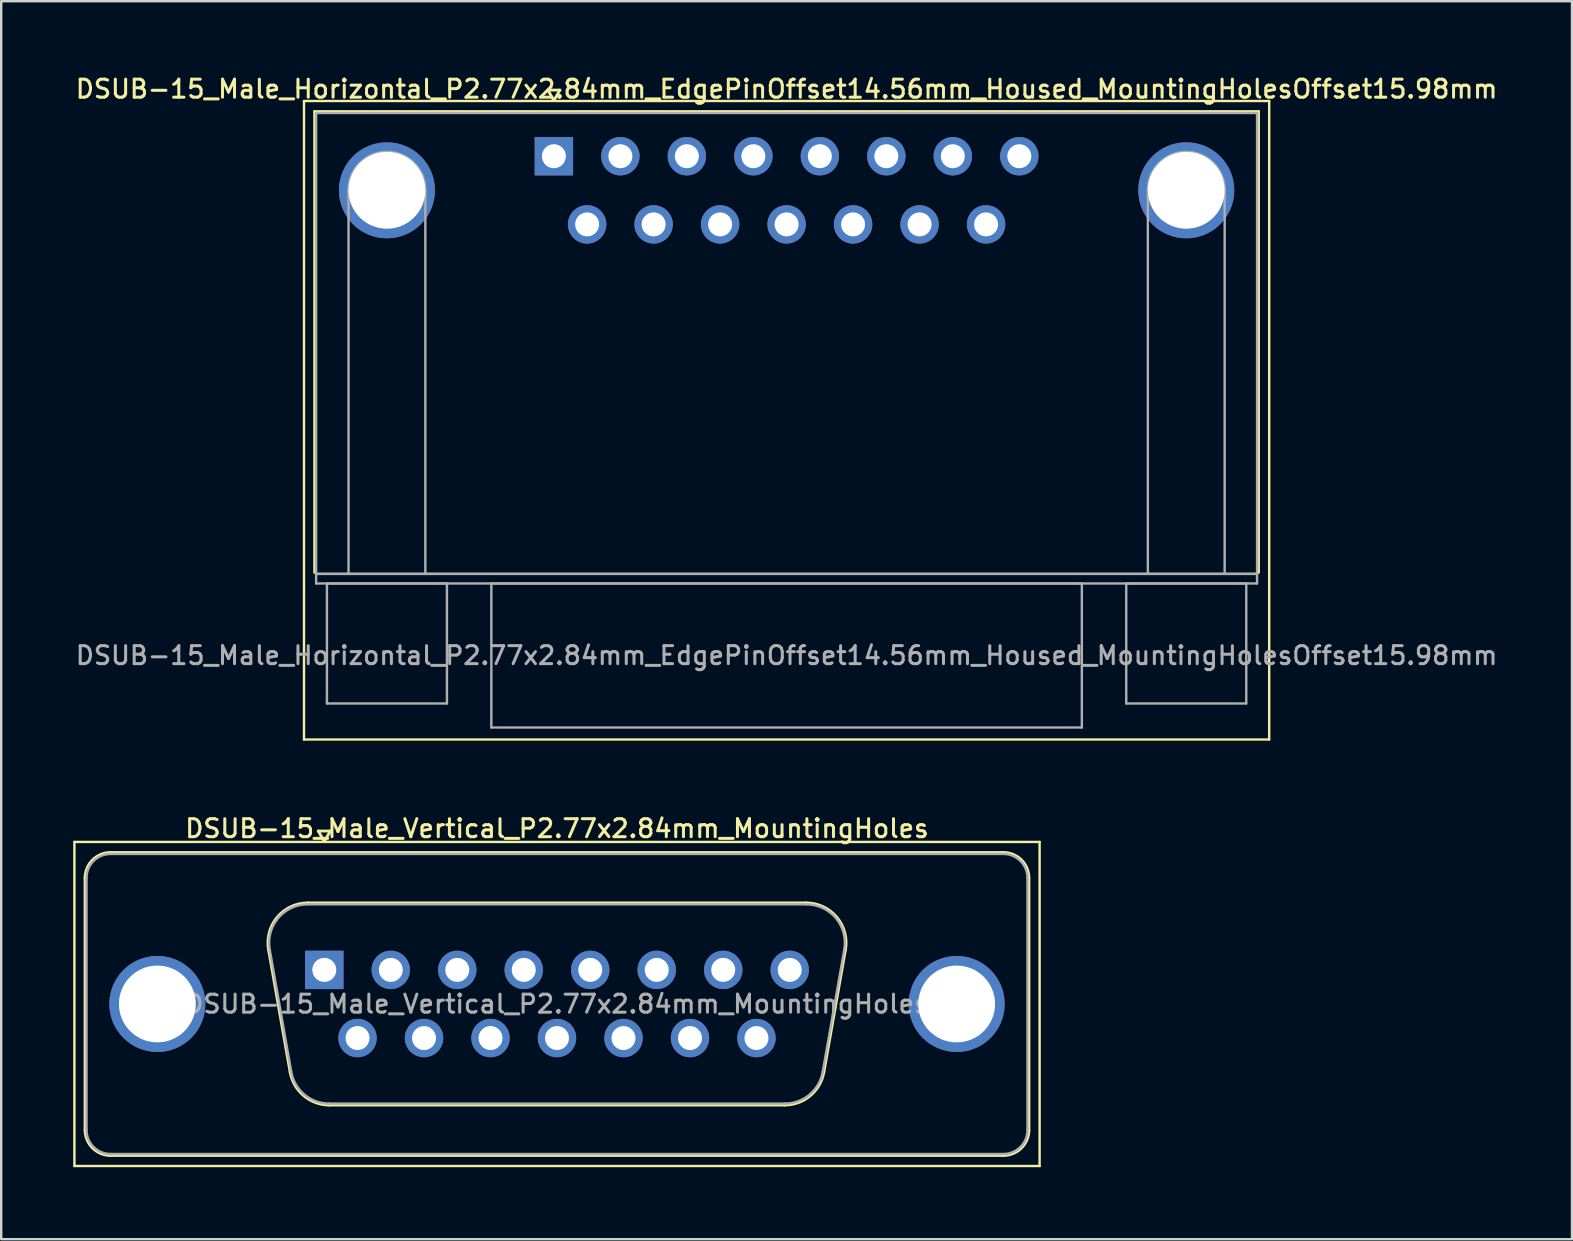
<source format=kicad_pcb>
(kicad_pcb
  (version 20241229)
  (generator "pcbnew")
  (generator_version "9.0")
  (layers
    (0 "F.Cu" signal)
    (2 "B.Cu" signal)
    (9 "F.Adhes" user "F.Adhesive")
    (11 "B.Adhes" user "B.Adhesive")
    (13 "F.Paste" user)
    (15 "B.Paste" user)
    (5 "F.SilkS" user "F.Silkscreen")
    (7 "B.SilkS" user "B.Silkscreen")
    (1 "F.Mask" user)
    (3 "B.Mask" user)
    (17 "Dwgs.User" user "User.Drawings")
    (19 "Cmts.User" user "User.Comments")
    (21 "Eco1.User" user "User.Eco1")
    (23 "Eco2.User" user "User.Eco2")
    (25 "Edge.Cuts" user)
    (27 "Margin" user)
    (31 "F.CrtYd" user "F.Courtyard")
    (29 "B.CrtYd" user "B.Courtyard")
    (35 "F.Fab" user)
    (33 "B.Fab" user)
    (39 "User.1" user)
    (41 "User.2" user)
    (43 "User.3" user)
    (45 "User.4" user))
  (footprint "DSUB-15_Male_Vertical_P2.77x2.84mm_MountingHoles"
    (layer "F.Cu")
    (at 10.46 37.356)
    (property "Reference" "DSUB-15_Male_Vertical_P2.77x2.84mm_MountingHoles" (at 9.695 -5.89 0) (layer "F.SilkS") (effects (font (size 0.75 0.75) (thickness 0.125))))
    (attr through_hole)
    (fp_line (start -10.41 -5.33) (end -10.41 8.17) (stroke (width 0.1) (type solid)) (layer "F.SilkS"))
    (fp_line (start -10.41 8.17) (end 29.8 8.17) (stroke (width 0.1) (type solid)) (layer "F.SilkS"))
    (fp_line (start -9.965 6.67) (end -9.965 -3.83) (stroke (width 0.12) (type solid)) (layer "F.SilkS"))
    (fp_line (start -8.905 -4.89) (end 28.295 -4.89) (stroke (width 0.12) (type solid)) (layer "F.SilkS"))
    (fp_line (start -2.321 -0.842) (end -1.422 4.258) (stroke (width 0.12) (type solid)) (layer "F.SilkS"))
    (fp_line (start -0.687 -2.79) (end 20.077 -2.79) (stroke (width 0.12) (type solid)) (layer "F.SilkS"))
    (fp_line (start -0.25 -5.784) (end 0.25 -5.784) (stroke (width 0.12) (type solid)) (layer "F.SilkS"))
    (fp_line (start 0 -5.351) (end -0.25 -5.784) (stroke (width 0.12) (type solid)) (layer "F.SilkS"))
    (fp_line (start 0.213 5.63) (end 19.177 5.63) (stroke (width 0.12) (type solid)) (layer "F.SilkS"))
    (fp_line (start 0.25 -5.784) (end 0 -5.351) (stroke (width 0.12) (type solid)) (layer "F.SilkS"))
    (fp_line (start 21.711 -0.842) (end 20.812 4.258) (stroke (width 0.12) (type solid)) (layer "F.SilkS"))
    (fp_line (start 28.295 7.73) (end -8.905 7.73) (stroke (width 0.12) (type solid)) (layer "F.SilkS"))
    (fp_line (start 29.355 -3.83) (end 29.355 6.67) (stroke (width 0.12) (type solid)) (layer "F.SilkS"))
    (fp_line (start 29.8 -5.33) (end -10.41 -5.33) (stroke (width 0.1) (type solid)) (layer "F.SilkS"))
    (fp_line (start 29.8 8.17) (end 29.8 -5.33) (stroke (width 0.1) (type solid)) (layer "F.SilkS"))
    (fp_arc (start -9.965 -3.83) (mid -9.654533 -4.579533) (end -8.905 -4.89) (stroke (width 0.12) (type solid)) (layer "F.SilkS"))
    (fp_arc (start -8.905 7.73) (mid -9.654533 7.419533) (end -9.965 6.67) (stroke (width 0.12) (type solid)) (layer "F.SilkS"))
    (fp_arc (start -2.32147 -0.841744) (mid -1.958323 -2.197027) (end -0.686689 -2.79) (stroke (width 0.12) (type solid)) (layer "F.SilkS"))
    (fp_arc (start 0.212579 5.63) (mid -0.854449 5.241634) (end -1.422202 4.258256) (stroke (width 0.12) (type solid)) (layer "F.SilkS"))
    (fp_arc (start 20.076689 -2.79) (mid 21.348323 -2.197027) (end 21.71147 -0.841744) (stroke (width 0.12) (type solid)) (layer "F.SilkS"))
    (fp_arc (start 20.812202 4.258256) (mid 20.244449 5.241634) (end 19.177421 5.63) (stroke (width 0.12) (type solid)) (layer "F.SilkS"))
    (fp_arc (start 28.295 -4.89) (mid 29.044533 -4.579533) (end 29.355 -3.83) (stroke (width 0.12) (type solid)) (layer "F.SilkS"))
    (fp_arc (start 29.355 6.67) (mid 29.044533 7.419533) (end 28.295 7.73) (stroke (width 0.12) (type solid)) (layer "F.SilkS"))
    (fp_line (start -9.905 6.67) (end -9.905 -3.83) (stroke (width 0.1) (type solid)) (layer "F.Fab"))
    (fp_line (start -8.905 -4.83) (end 28.295 -4.83) (stroke (width 0.1) (type solid)) (layer "F.Fab"))
    (fp_line (start -2.274 -0.852) (end -1.375 4.248) (stroke (width 0.1) (type solid)) (layer "F.Fab"))
    (fp_line (start -0.698 -2.73) (end 20.088 -2.73) (stroke (width 0.1) (type solid)) (layer "F.Fab"))
    (fp_line (start 0.201 5.57) (end 19.189 5.57) (stroke (width 0.1) (type solid)) (layer "F.Fab"))
    (fp_line (start 21.664 -0.852) (end 20.765 4.248) (stroke (width 0.1) (type solid)) (layer "F.Fab"))
    (fp_line (start 28.295 7.67) (end -8.905 7.67) (stroke (width 0.1) (type solid)) (layer "F.Fab"))
    (fp_line (start 29.295 -3.83) (end 29.295 6.67) (stroke (width 0.1) (type solid)) (layer "F.Fab"))
    (fp_arc (start -9.905 -3.83) (mid -9.612107 -4.537107) (end -8.905 -4.83) (stroke (width 0.1) (type solid)) (layer "F.Fab"))
    (fp_arc (start -8.905 7.67) (mid -9.612107 7.377107) (end -9.905 6.67) (stroke (width 0.1) (type solid)) (layer "F.Fab"))
    (fp_arc (start -2.273887 -0.852163) (mid -1.923865 -2.15846) (end -0.698194 -2.73) (stroke (width 0.1) (type solid)) (layer "F.Fab"))
    (fp_arc (start 0.201073 5.57) (mid -0.827387 5.195671) (end -1.374619 4.247837) (stroke (width 0.1) (type solid)) (layer "F.Fab"))
    (fp_arc (start 20.088194 -2.73) (mid 21.313865 -2.15846) (end 21.663887 -0.852163) (stroke (width 0.1) (type solid)) (layer "F.Fab"))
    (fp_arc (start 20.764619 4.247837) (mid 20.217387 5.195671) (end 19.188927 5.57) (stroke (width 0.1) (type solid)) (layer "F.Fab"))
    (fp_arc (start 28.295 -4.83) (mid 29.002107 -4.537107) (end 29.295 -3.83) (stroke (width 0.1) (type solid)) (layer "F.Fab"))
    (fp_arc (start 29.295 6.67) (mid 29.002107 7.377107) (end 28.295 7.67) (stroke (width 0.1) (type solid)) (layer "F.Fab"))
    (fp_text user "${REFERENCE}" (at 9.695 1.42 0) (layer "F.Fab") (effects (font (size 0.75 0.75) (thickness 0.125))))
    (pad "0" thru_hole circle (at -6.955 1.42) (size 4 4) (drill 3.2) (layers "*.Cu" "*.Mask"))
    (pad "0" thru_hole circle (at 26.345 1.42) (size 4 4) (drill 3.2) (layers "*.Cu" "*.Mask"))
    (pad "1" thru_hole rect (at 0 0) (size 1.6 1.6) (drill 1) (layers "*.Cu" "*.Mask"))
    (pad "2" thru_hole circle (at 2.77 0) (size 1.6 1.6) (drill 1) (layers "*.Cu" "*.Mask"))
    (pad "3" thru_hole circle (at 5.54 0) (size 1.6 1.6) (drill 1) (layers "*.Cu" "*.Mask"))
    (pad "4" thru_hole circle (at 8.31 0) (size 1.6 1.6) (drill 1) (layers "*.Cu" "*.Mask"))
    (pad "5" thru_hole circle (at 11.08 0) (size 1.6 1.6) (drill 1) (layers "*.Cu" "*.Mask"))
    (pad "6" thru_hole circle (at 13.85 0) (size 1.6 1.6) (drill 1) (layers "*.Cu" "*.Mask"))
    (pad "7" thru_hole circle (at 16.62 0) (size 1.6 1.6) (drill 1) (layers "*.Cu" "*.Mask"))
    (pad "8" thru_hole circle (at 19.39 0) (size 1.6 1.6) (drill 1) (layers "*.Cu" "*.Mask"))
    (pad "9" thru_hole circle (at 1.385 2.84) (size 1.6 1.6) (drill 1) (layers "*.Cu" "*.Mask"))
    (pad "10" thru_hole circle (at 4.155 2.84) (size 1.6 1.6) (drill 1) (layers "*.Cu" "*.Mask"))
    (pad "11" thru_hole circle (at 6.925 2.84) (size 1.6 1.6) (drill 1) (layers "*.Cu" "*.Mask"))
    (pad "12" thru_hole circle (at 9.695 2.84) (size 1.6 1.6) (drill 1) (layers "*.Cu" "*.Mask"))
    (pad "13" thru_hole circle (at 12.465 2.84) (size 1.6 1.6) (drill 1) (layers "*.Cu" "*.Mask"))
    (pad "14" thru_hole circle (at 15.235 2.84) (size 1.6 1.6) (drill 1) (layers "*.Cu" "*.Mask"))
    (pad "15" thru_hole circle (at 18.005 2.84) (size 1.6 1.6) (drill 1) (layers "*.Cu" "*.Mask")))
  (footprint "DSUB-15_Male_Horizontal_P2.77x2.84mm_EdgePinOffset14.56mm_Housed_MountingHolesOffset15.98mm"
    (layer "F.Cu")
    (at 20.025 3.458)
    (property "Reference" "DSUB-15_Male_Horizontal_P2.77x2.84mm_EdgePinOffset14.56mm_Housed_MountingHolesOffset15.98mm" (at 9.695 -2.8 0) (layer "F.SilkS") (effects (font (size 0.75 0.75) (thickness 0.125))))
    (attr through_hole)
    (fp_line (start -10.41 -2.3) (end -10.41 24.3) (stroke (width 0.1) (type solid)) (layer "F.SilkS"))
    (fp_line (start -10.41 24.3) (end 29.8 24.3) (stroke (width 0.1) (type solid)) (layer "F.SilkS"))
    (fp_line (start -9.965 -1.86) (end 29.355 -1.86) (stroke (width 0.12) (type solid)) (layer "F.SilkS"))
    (fp_line (start -9.965 17.34) (end -9.965 -1.86) (stroke (width 0.12) (type solid)) (layer "F.SilkS"))
    (fp_line (start -0.25 -2.754) (end 0.25 -2.754) (stroke (width 0.12) (type solid)) (layer "F.SilkS"))
    (fp_line (start 0 -2.321) (end -0.25 -2.754) (stroke (width 0.12) (type solid)) (layer "F.SilkS"))
    (fp_line (start 0.25 -2.754) (end 0 -2.321) (stroke (width 0.12) (type solid)) (layer "F.SilkS"))
    (fp_line (start 29.355 -1.86) (end 29.355 17.34) (stroke (width 0.12) (type solid)) (layer "F.SilkS"))
    (fp_line (start 29.8 -2.3) (end -10.41 -2.3) (stroke (width 0.1) (type solid)) (layer "F.SilkS"))
    (fp_line (start 29.8 24.3) (end 29.8 -2.3) (stroke (width 0.1) (type solid)) (layer "F.SilkS"))
    (fp_line (start -9.905 -1.8) (end -9.905 17.4) (stroke (width 0.1) (type solid)) (layer "F.Fab"))
    (fp_line (start -9.905 17.4) (end -9.905 17.8) (stroke (width 0.1) (type solid)) (layer "F.Fab"))
    (fp_line (start -9.905 17.4) (end 29.295 17.4) (stroke (width 0.1) (type solid)) (layer "F.Fab"))
    (fp_line (start -9.905 17.8) (end 29.295 17.8) (stroke (width 0.1) (type solid)) (layer "F.Fab"))
    (fp_line (start -9.455 17.8) (end -9.455 22.8) (stroke (width 0.1) (type solid)) (layer "F.Fab"))
    (fp_line (start -9.455 22.8) (end -4.455 22.8) (stroke (width 0.1) (type solid)) (layer "F.Fab"))
    (fp_line (start -8.555 17.4) (end -8.555 1.42) (stroke (width 0.1) (type solid)) (layer "F.Fab"))
    (fp_line (start -5.355 17.4) (end -5.355 1.42) (stroke (width 0.1) (type solid)) (layer "F.Fab"))
    (fp_line (start -4.455 17.8) (end -9.455 17.8) (stroke (width 0.1) (type solid)) (layer "F.Fab"))
    (fp_line (start -4.455 22.8) (end -4.455 17.8) (stroke (width 0.1) (type solid)) (layer "F.Fab"))
    (fp_line (start -2.605 17.8) (end -2.605 23.8) (stroke (width 0.1) (type solid)) (layer "F.Fab"))
    (fp_line (start -2.605 23.8) (end 21.995 23.8) (stroke (width 0.1) (type solid)) (layer "F.Fab"))
    (fp_line (start 21.995 17.8) (end -2.605 17.8) (stroke (width 0.1) (type solid)) (layer "F.Fab"))
    (fp_line (start 21.995 23.8) (end 21.995 17.8) (stroke (width 0.1) (type solid)) (layer "F.Fab"))
    (fp_line (start 23.845 17.8) (end 23.845 22.8) (stroke (width 0.1) (type solid)) (layer "F.Fab"))
    (fp_line (start 23.845 22.8) (end 28.845 22.8) (stroke (width 0.1) (type solid)) (layer "F.Fab"))
    (fp_line (start 24.745 17.4) (end 24.745 1.42) (stroke (width 0.1) (type solid)) (layer "F.Fab"))
    (fp_line (start 27.945 17.4) (end 27.945 1.42) (stroke (width 0.1) (type solid)) (layer "F.Fab"))
    (fp_line (start 28.845 17.8) (end 23.845 17.8) (stroke (width 0.1) (type solid)) (layer "F.Fab"))
    (fp_line (start 28.845 22.8) (end 28.845 17.8) (stroke (width 0.1) (type solid)) (layer "F.Fab"))
    (fp_line (start 29.295 -1.8) (end -9.905 -1.8) (stroke (width 0.1) (type solid)) (layer "F.Fab"))
    (fp_line (start 29.295 17.4) (end -9.905 17.4) (stroke (width 0.1) (type solid)) (layer "F.Fab"))
    (fp_line (start 29.295 17.4) (end 29.295 -1.8) (stroke (width 0.1) (type solid)) (layer "F.Fab"))
    (fp_line (start 29.295 17.8) (end 29.295 17.4) (stroke (width 0.1) (type solid)) (layer "F.Fab"))
    (fp_arc (start -8.555 1.42) (mid -6.955 -0.18) (end -5.355 1.42) (stroke (width 0.1) (type solid)) (layer "F.Fab"))
    (fp_arc (start 24.745 1.42) (mid 26.345 -0.18) (end 27.945 1.42) (stroke (width 0.1) (type solid)) (layer "F.Fab"))
    (fp_text user "${REFERENCE}" (at 9.695 20.8 0) (layer "F.Fab") (effects (font (size 0.75 0.75) (thickness 0.125))))
    (pad "0" thru_hole circle (at -6.955 1.42) (size 4 4) (drill 3.2) (layers "*.Cu" "*.Mask"))
    (pad "0" thru_hole circle (at 26.345 1.42) (size 4 4) (drill 3.2) (layers "*.Cu" "*.Mask"))
    (pad "1" thru_hole rect (at 0 0) (size 1.6 1.6) (drill 1) (layers "*.Cu" "*.Mask"))
    (pad "2" thru_hole circle (at 2.77 0) (size 1.6 1.6) (drill 1) (layers "*.Cu" "*.Mask"))
    (pad "3" thru_hole circle (at 5.54 0) (size 1.6 1.6) (drill 1) (layers "*.Cu" "*.Mask"))
    (pad "4" thru_hole circle (at 8.31 0) (size 1.6 1.6) (drill 1) (layers "*.Cu" "*.Mask"))
    (pad "5" thru_hole circle (at 11.08 0) (size 1.6 1.6) (drill 1) (layers "*.Cu" "*.Mask"))
    (pad "6" thru_hole circle (at 13.85 0) (size 1.6 1.6) (drill 1) (layers "*.Cu" "*.Mask"))
    (pad "7" thru_hole circle (at 16.62 0) (size 1.6 1.6) (drill 1) (layers "*.Cu" "*.Mask"))
    (pad "8" thru_hole circle (at 19.39 0) (size 1.6 1.6) (drill 1) (layers "*.Cu" "*.Mask"))
    (pad "9" thru_hole circle (at 1.385 2.84) (size 1.6 1.6) (drill 1) (layers "*.Cu" "*.Mask"))
    (pad "10" thru_hole circle (at 4.155 2.84) (size 1.6 1.6) (drill 1) (layers "*.Cu" "*.Mask"))
    (pad "11" thru_hole circle (at 6.925 2.84) (size 1.6 1.6) (drill 1) (layers "*.Cu" "*.Mask"))
    (pad "12" thru_hole circle (at 9.695 2.84) (size 1.6 1.6) (drill 1) (layers "*.Cu" "*.Mask"))
    (pad "13" thru_hole circle (at 12.465 2.84) (size 1.6 1.6) (drill 1) (layers "*.Cu" "*.Mask"))
    (pad "14" thru_hole circle (at 15.235 2.84) (size 1.6 1.6) (drill 1) (layers "*.Cu" "*.Mask"))
    (pad "15" thru_hole circle (at 18.005 2.84) (size 1.6 1.6) (drill 1) (layers "*.Cu" "*.Mask")))
  (gr_rect
    (start -3 -3)
    (end 62.439 48.576)
    (stroke (width 0.1) (type default))
    (fill no)
    (layer "Edge.Cuts")))
</source>
